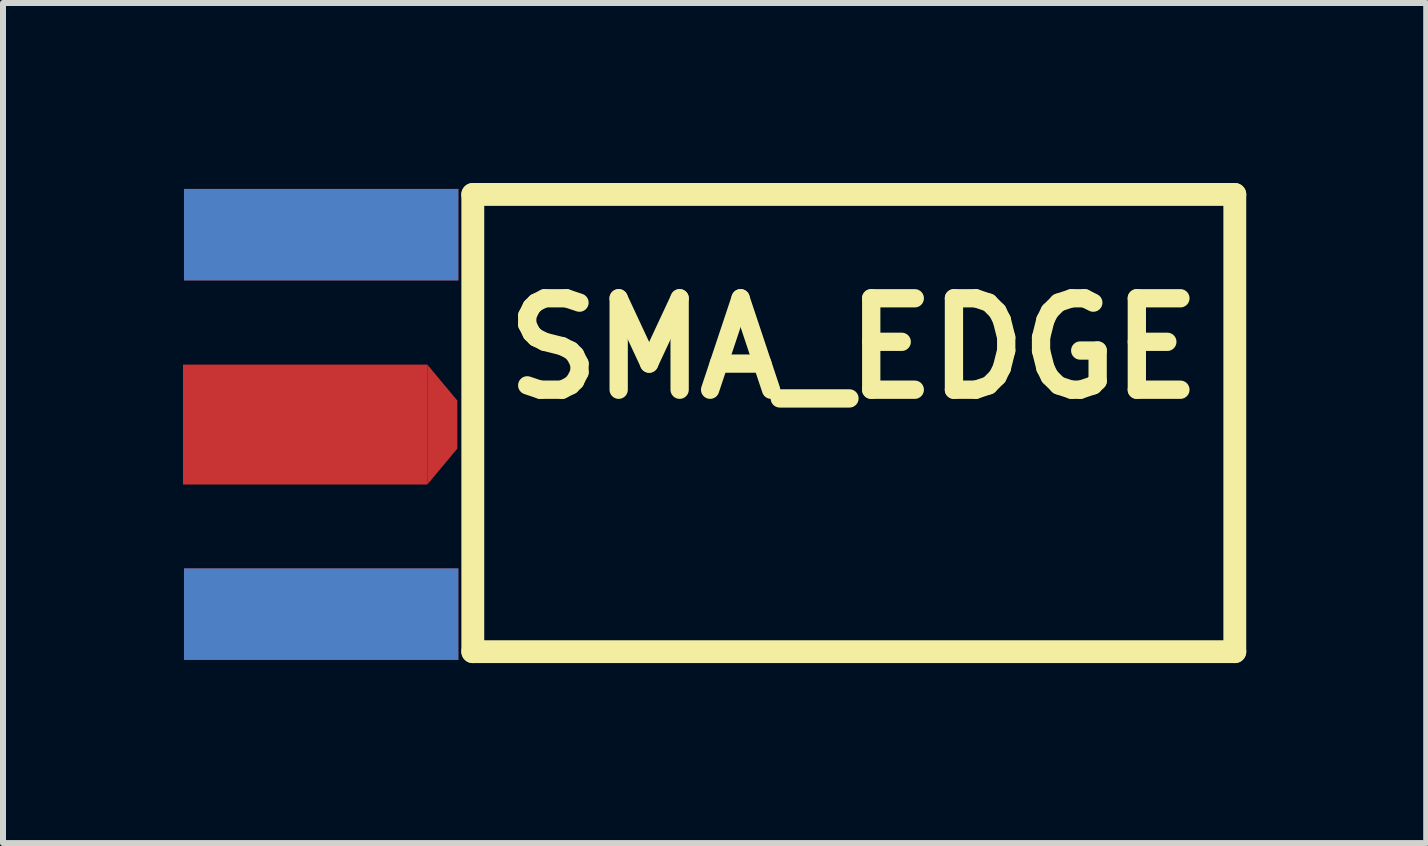
<source format=kicad_pcb>
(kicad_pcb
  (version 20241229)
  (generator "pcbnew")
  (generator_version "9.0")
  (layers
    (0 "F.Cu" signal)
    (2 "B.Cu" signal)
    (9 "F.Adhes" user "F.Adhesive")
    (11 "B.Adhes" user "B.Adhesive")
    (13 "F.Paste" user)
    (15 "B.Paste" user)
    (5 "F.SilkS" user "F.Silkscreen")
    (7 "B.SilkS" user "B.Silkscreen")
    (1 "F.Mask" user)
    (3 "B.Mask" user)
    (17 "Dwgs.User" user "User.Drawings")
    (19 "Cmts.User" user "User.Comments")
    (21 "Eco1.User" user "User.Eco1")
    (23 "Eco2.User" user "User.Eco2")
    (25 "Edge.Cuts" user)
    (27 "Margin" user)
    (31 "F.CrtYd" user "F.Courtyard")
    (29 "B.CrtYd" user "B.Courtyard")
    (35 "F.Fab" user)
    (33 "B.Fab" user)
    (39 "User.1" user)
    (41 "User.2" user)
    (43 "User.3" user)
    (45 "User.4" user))
  (footprint "SMA_EDGE"
    (layer "F.Cu")
    (at 11.18 2.756)
    (property "Reference" "SMA_EDGE" (at 0 0 0) (layer "F.SilkS") (effects (font (size 1.524 1.524) (thickness 0.305))))
    (attr through_hole)
    (fp_line (start -6.35 -2.565) (end -6.35 5.055) (stroke (width 0.381) (type solid)) (layer "F.SilkS"))
    (fp_line (start -6.35 5.055) (end 6.35 5.055) (stroke (width 0.381) (type solid)) (layer "F.SilkS"))
    (fp_line (start 6.35 -2.565) (end -6.35 -2.565) (stroke (width 0.381) (type solid)) (layer "F.SilkS"))
    (fp_line (start 6.35 5.055) (end 6.35 -2.565) (stroke (width 0.381) (type solid)) (layer "F.SilkS"))
    (pad "1" connect rect (at -8.877 -1.895) (size 4.572 1.524) (layers "*.Cu" "F.Mask"))
    (pad "1" connect trapezoid (at -6.858 1.27) (size 0.5 1.4) (rect_delta 0.599 0) (layers "F.Cu" "F.Mask"))
    (pad "2" connect rect (at -8.877 4.43) (size 4.572 1.524) (layers "*.Cu" "F.Mask"))
    (pad "3" connect rect (at -9.144 1.27) (size 4.072 1.999) (layers "F.Cu" "F.Mask")))
  (gr_rect
    (start -3 -3)
    (end 20.72 11.001)
    (stroke (width 0.1) (type default))
    (fill no)
    (layer "Edge.Cuts")))
</source>
